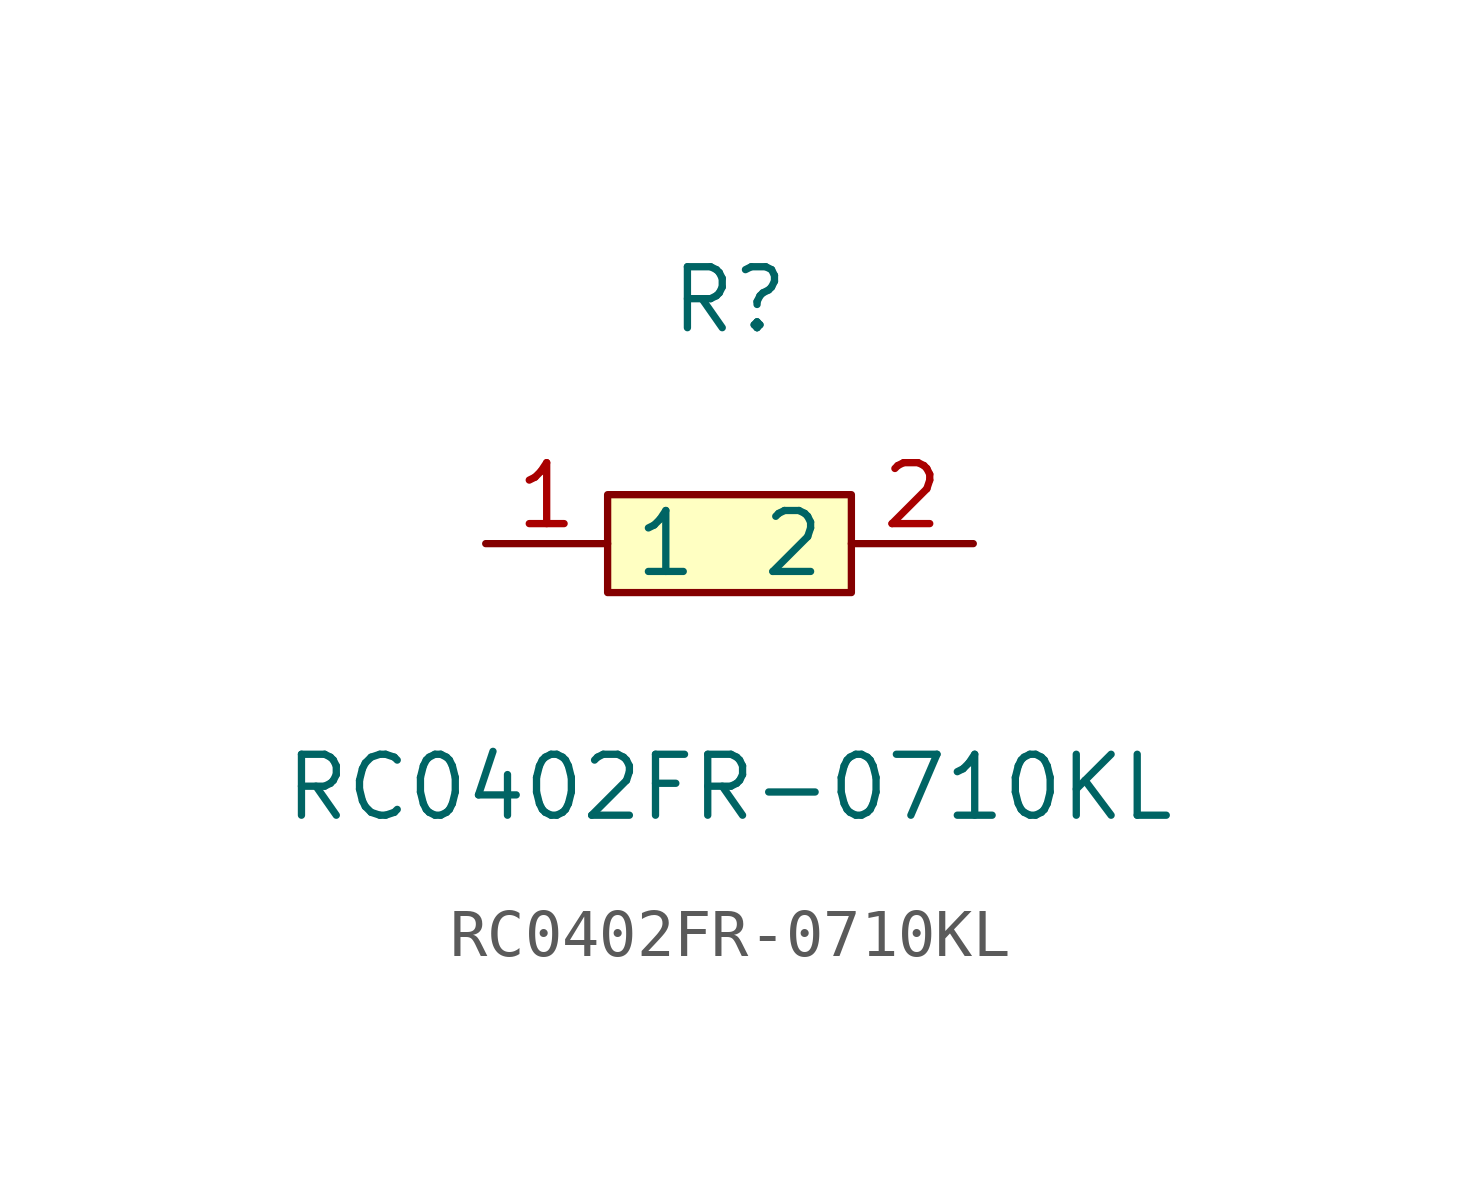
<source format=kicad_sym>
(kicad_symbol_lib
  (version 1)
  (generator "faebryk")
  (symbol "RC0402FR-0710KL"
    (property "Reference" "R"
      (at 0 5.08 0)
      (effects (font (size 1.27 1.27)) (hide no)))
    (property "Value" "RC0402FR-0710KL"
      (at 0 -5.08 0)
      (effects (font (size 1.27 1.27)) (hide no)))
    (symbol "RC0402FR-0710KL_0_1"
      (rectangle (start -2.54 1.02) (end 2.54 -1.02) (stroke (width 0) (type default) (color 0 0 0 0)) (fill (type background)))
      (pin input line (at 5.08 0 180) (length 2.54) (name "2" (effects (font (size 1.27 1.27)) (hide no))) (number "2" (effects (font (size 1.27 1.27)) (hide no))))
      (pin input line (at -5.08 0 0) (length 2.54) (name "1" (effects (font (size 1.27 1.27)) (hide no))) (number "1" (effects (font (size 1.27 1.27)) (hide no)))))))
</source>
